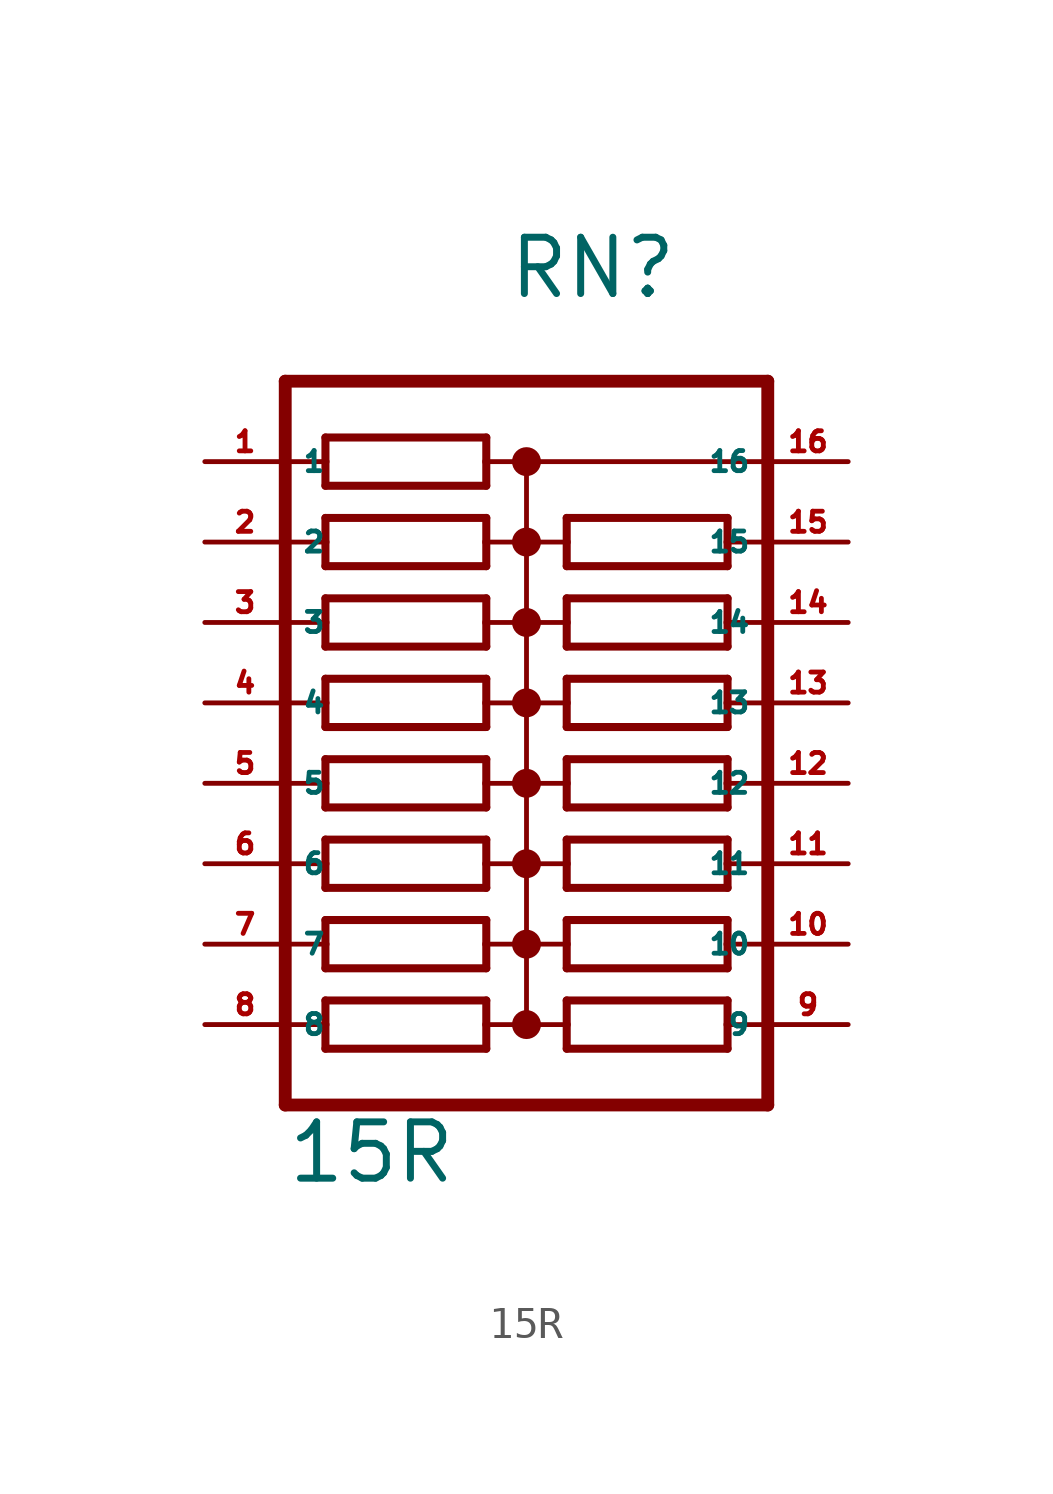
<source format=kicad_sym>
(kicad_symbol_lib
  (version 20220914)
  (generator Eagle2Kicad)
  (symbol "15R"
    (property "Reference" "RN"
      (at -0.635 15.24 0)
      (effects (font (size 1.778 1.778) (thickness 0.22)) (justify left bottom)))
    (property "Value" "15R"
      (at -7.62 -12.7 0)
      (effects (font (size 1.778 1.778) (thickness 0.22)) (justify left bottom)))
    (polyline
      (pts (xy -6.35 9.398) (xy -1.27 9.398))
      (stroke (width 0.254) (type default))
      (fill (type none)))
    (polyline
      (pts (xy -1.27 10.922) (xy -6.35 10.922))
      (stroke (width 0.254) (type default))
      (fill (type none)))
    (polyline
      (pts (xy -1.27 9.398) (xy -1.27 10.16))
      (stroke (width 0.254) (type default))
      (fill (type none)))
    (polyline
      (pts (xy -6.35 10.922) (xy -6.35 10.16))
      (stroke (width 0.254) (type default))
      (fill (type none)))
    (polyline
      (pts (xy -6.35 10.16) (xy -7.62 10.16))
      (stroke (width 0.152) (type default))
      (fill (type none)))
    (polyline
      (pts (xy -6.35 10.16) (xy -6.35 9.398))
      (stroke (width 0.254) (type default))
      (fill (type none)))
    (polyline
      (pts (xy 0 10.16) (xy -1.27 10.16))
      (stroke (width 0.152) (type default))
      (fill (type none)))
    (polyline
      (pts (xy -1.27 10.16) (xy -1.27 10.922))
      (stroke (width 0.254) (type default))
      (fill (type none)))
    (polyline
      (pts (xy 0 10.16) (xy 0 7.62))
      (stroke (width 0.152) (type default))
      (fill (type none)))
    (polyline
      (pts (xy 0 7.62) (xy -1.27 7.62))
      (stroke (width 0.152) (type default))
      (fill (type none)))
    (polyline
      (pts (xy 0 7.62) (xy 0 5.08))
      (stroke (width 0.152) (type default))
      (fill (type none)))
    (polyline
      (pts (xy 0 5.08) (xy -1.27 5.08))
      (stroke (width 0.152) (type default))
      (fill (type none)))
    (polyline
      (pts (xy 0 5.08) (xy 0 2.54))
      (stroke (width 0.152) (type default))
      (fill (type none)))
    (polyline
      (pts (xy 0 2.54) (xy -1.27 2.54))
      (stroke (width 0.152) (type default))
      (fill (type none)))
    (polyline
      (pts (xy 0 2.54) (xy 0 0))
      (stroke (width 0.152) (type default))
      (fill (type none)))
    (polyline
      (pts (xy 0 0) (xy -1.27 0))
      (stroke (width 0.152) (type default))
      (fill (type none)))
    (polyline
      (pts (xy -7.62 0) (xy -6.35 0))
      (stroke (width 0.152) (type default))
      (fill (type none)))
    (polyline
      (pts (xy -7.62 2.54) (xy -6.35 2.54))
      (stroke (width 0.152) (type default))
      (fill (type none)))
    (polyline
      (pts (xy -7.62 5.08) (xy -6.35 5.08))
      (stroke (width 0.152) (type default))
      (fill (type none)))
    (polyline
      (pts (xy -7.62 7.62) (xy -6.35 7.62))
      (stroke (width 0.152) (type default))
      (fill (type none)))
    (polyline
      (pts (xy -6.35 7.62) (xy -6.35 6.858))
      (stroke (width 0.254) (type default))
      (fill (type none)))
    (polyline
      (pts (xy -6.35 8.382) (xy -6.35 7.62))
      (stroke (width 0.254) (type default))
      (fill (type none)))
    (polyline
      (pts (xy -1.27 6.858) (xy -1.27 7.62))
      (stroke (width 0.254) (type default))
      (fill (type none)))
    (polyline
      (pts (xy -1.27 7.62) (xy -1.27 8.382))
      (stroke (width 0.254) (type default))
      (fill (type none)))
    (polyline
      (pts (xy -6.35 6.858) (xy -1.27 6.858))
      (stroke (width 0.254) (type default))
      (fill (type none)))
    (polyline
      (pts (xy -1.27 8.382) (xy -6.35 8.382))
      (stroke (width 0.254) (type default))
      (fill (type none)))
    (polyline
      (pts (xy -6.35 4.318) (xy -1.27 4.318))
      (stroke (width 0.254) (type default))
      (fill (type none)))
    (polyline
      (pts (xy -6.35 1.778) (xy -1.27 1.778))
      (stroke (width 0.254) (type default))
      (fill (type none)))
    (polyline
      (pts (xy -6.35 -0.762) (xy -1.27 -0.762))
      (stroke (width 0.254) (type default))
      (fill (type none)))
    (polyline
      (pts (xy -1.27 5.842) (xy -6.35 5.842))
      (stroke (width 0.254) (type default))
      (fill (type none)))
    (polyline
      (pts (xy -1.27 3.302) (xy -6.35 3.302))
      (stroke (width 0.254) (type default))
      (fill (type none)))
    (polyline
      (pts (xy -1.27 0.762) (xy -6.35 0.762))
      (stroke (width 0.254) (type default))
      (fill (type none)))
    (polyline
      (pts (xy -1.27 4.318) (xy -1.27 5.08))
      (stroke (width 0.254) (type default))
      (fill (type none)))
    (polyline
      (pts (xy -1.27 1.778) (xy -1.27 2.54))
      (stroke (width 0.254) (type default))
      (fill (type none)))
    (polyline
      (pts (xy -1.27 -0.762) (xy -1.27 0))
      (stroke (width 0.254) (type default))
      (fill (type none)))
    (polyline
      (pts (xy -1.27 5.08) (xy -1.27 5.842))
      (stroke (width 0.254) (type default))
      (fill (type none)))
    (polyline
      (pts (xy -1.27 2.54) (xy -1.27 3.302))
      (stroke (width 0.254) (type default))
      (fill (type none)))
    (polyline
      (pts (xy -1.27 0) (xy -1.27 0.762))
      (stroke (width 0.254) (type default))
      (fill (type none)))
    (polyline
      (pts (xy -6.35 5.08) (xy -6.35 4.318))
      (stroke (width 0.254) (type default))
      (fill (type none)))
    (polyline
      (pts (xy -6.35 2.54) (xy -6.35 1.778))
      (stroke (width 0.254) (type default))
      (fill (type none)))
    (polyline
      (pts (xy -6.35 0) (xy -6.35 -0.762))
      (stroke (width 0.254) (type default))
      (fill (type none)))
    (polyline
      (pts (xy -6.35 5.842) (xy -6.35 5.08))
      (stroke (width 0.254) (type default))
      (fill (type none)))
    (polyline
      (pts (xy -6.35 3.302) (xy -6.35 2.54))
      (stroke (width 0.254) (type default))
      (fill (type none)))
    (polyline
      (pts (xy -6.35 0.762) (xy -6.35 0))
      (stroke (width 0.254) (type default))
      (fill (type none)))
    (polyline
      (pts (xy 7.62 12.7) (xy -7.62 12.7))
      (stroke (width 0.406) (type default))
      (fill (type none)))
    (polyline
      (pts (xy -6.35 -3.302) (xy -1.27 -3.302))
      (stroke (width 0.254) (type default))
      (fill (type none)))
    (polyline
      (pts (xy -1.27 -1.778) (xy -6.35 -1.778))
      (stroke (width 0.254) (type default))
      (fill (type none)))
    (polyline
      (pts (xy -1.27 -3.302) (xy -1.27 -2.54))
      (stroke (width 0.254) (type default))
      (fill (type none)))
    (polyline
      (pts (xy -6.35 -1.778) (xy -6.35 -2.54))
      (stroke (width 0.254) (type default))
      (fill (type none)))
    (polyline
      (pts (xy -6.35 -2.54) (xy -7.62 -2.54))
      (stroke (width 0.152) (type default))
      (fill (type none)))
    (polyline
      (pts (xy -6.35 -2.54) (xy -6.35 -3.302))
      (stroke (width 0.254) (type default))
      (fill (type none)))
    (polyline
      (pts (xy 0 -2.54) (xy -1.27 -2.54))
      (stroke (width 0.152) (type default))
      (fill (type none)))
    (polyline
      (pts (xy -1.27 -2.54) (xy -1.27 -1.778))
      (stroke (width 0.254) (type default))
      (fill (type none)))
    (polyline
      (pts (xy 0 -2.54) (xy 0 -5.08))
      (stroke (width 0.152) (type default))
      (fill (type none)))
    (polyline
      (pts (xy 0 -5.08) (xy -1.27 -5.08))
      (stroke (width 0.152) (type default))
      (fill (type none)))
    (polyline
      (pts (xy 0 -5.08) (xy 0 -7.62))
      (stroke (width 0.152) (type default))
      (fill (type none)))
    (polyline
      (pts (xy 0 -7.62) (xy -1.27 -7.62))
      (stroke (width 0.152) (type default))
      (fill (type none)))
    (polyline
      (pts (xy -7.62 -7.62) (xy -6.35 -7.62))
      (stroke (width 0.152) (type default))
      (fill (type none)))
    (polyline
      (pts (xy -7.62 -5.08) (xy -6.35 -5.08))
      (stroke (width 0.152) (type default))
      (fill (type none)))
    (polyline
      (pts (xy -6.35 -5.08) (xy -6.35 -5.842))
      (stroke (width 0.254) (type default))
      (fill (type none)))
    (polyline
      (pts (xy -6.35 -4.318) (xy -6.35 -5.08))
      (stroke (width 0.254) (type default))
      (fill (type none)))
    (polyline
      (pts (xy -1.27 -5.842) (xy -1.27 -5.08))
      (stroke (width 0.254) (type default))
      (fill (type none)))
    (polyline
      (pts (xy -1.27 -5.08) (xy -1.27 -4.318))
      (stroke (width 0.254) (type default))
      (fill (type none)))
    (polyline
      (pts (xy -6.35 -5.842) (xy -1.27 -5.842))
      (stroke (width 0.254) (type default))
      (fill (type none)))
    (polyline
      (pts (xy -1.27 -4.318) (xy -6.35 -4.318))
      (stroke (width 0.254) (type default))
      (fill (type none)))
    (polyline
      (pts (xy -6.35 -8.382) (xy -1.27 -8.382))
      (stroke (width 0.254) (type default))
      (fill (type none)))
    (polyline
      (pts (xy -1.27 -6.858) (xy -6.35 -6.858))
      (stroke (width 0.254) (type default))
      (fill (type none)))
    (polyline
      (pts (xy -1.27 -8.382) (xy -1.27 -7.62))
      (stroke (width 0.254) (type default))
      (fill (type none)))
    (polyline
      (pts (xy -1.27 -7.62) (xy -1.27 -6.858))
      (stroke (width 0.254) (type default))
      (fill (type none)))
    (polyline
      (pts (xy -6.35 -7.62) (xy -6.35 -8.382))
      (stroke (width 0.254) (type default))
      (fill (type none)))
    (polyline
      (pts (xy -6.35 -6.858) (xy -6.35 -7.62))
      (stroke (width 0.254) (type default))
      (fill (type none)))
    (polyline
      (pts (xy 7.62 12.7) (xy 7.62 10.16))
      (stroke (width 0.406) (type default))
      (fill (type none)))
    (polyline
      (pts (xy 7.62 10.16) (xy 7.62 7.62))
      (stroke (width 0.406) (type default))
      (fill (type none)))
    (polyline
      (pts (xy 7.62 7.62) (xy 7.62 5.08))
      (stroke (width 0.406) (type default))
      (fill (type none)))
    (polyline
      (pts (xy 7.62 5.08) (xy 7.62 2.54))
      (stroke (width 0.406) (type default))
      (fill (type none)))
    (polyline
      (pts (xy 7.62 2.54) (xy 7.62 0))
      (stroke (width 0.406) (type default))
      (fill (type none)))
    (polyline
      (pts (xy 7.62 0) (xy 7.62 -2.54))
      (stroke (width 0.406) (type default))
      (fill (type none)))
    (polyline
      (pts (xy 7.62 -2.54) (xy 7.62 -5.08))
      (stroke (width 0.406) (type default))
      (fill (type none)))
    (polyline
      (pts (xy 7.62 -5.08) (xy 7.62 -7.62))
      (stroke (width 0.406) (type default))
      (fill (type none)))
    (polyline
      (pts (xy 7.62 -7.62) (xy 7.62 -10.16))
      (stroke (width 0.406) (type default))
      (fill (type none)))
    (polyline
      (pts (xy 7.62 -10.16) (xy -7.62 -10.16))
      (stroke (width 0.406) (type default))
      (fill (type none)))
    (polyline
      (pts (xy -7.62 12.7) (xy -7.62 -10.16))
      (stroke (width 0.406) (type default))
      (fill (type none)))
    (polyline
      (pts (xy 0 0) (xy 0 -2.54))
      (stroke (width 0.152) (type default))
      (fill (type none)))
    (polyline
      (pts (xy 0 10.16) (xy 7.62 10.16))
      (stroke (width 0.152) (type default))
      (fill (type none)))
    (polyline
      (pts (xy 6.35 -6.858) (xy 1.27 -6.858))
      (stroke (width 0.254) (type default))
      (fill (type none)))
    (polyline
      (pts (xy 1.27 -8.382) (xy 6.35 -8.382))
      (stroke (width 0.254) (type default))
      (fill (type none)))
    (polyline
      (pts (xy 1.27 -6.858) (xy 1.27 -7.62))
      (stroke (width 0.254) (type default))
      (fill (type none)))
    (polyline
      (pts (xy 6.35 -8.382) (xy 6.35 -7.62))
      (stroke (width 0.254) (type default))
      (fill (type none)))
    (polyline
      (pts (xy 6.35 -7.62) (xy 7.62 -7.62))
      (stroke (width 0.152) (type default))
      (fill (type none)))
    (polyline
      (pts (xy 6.35 -7.62) (xy 6.35 -6.858))
      (stroke (width 0.254) (type default))
      (fill (type none)))
    (polyline
      (pts (xy 0 -7.62) (xy 1.27 -7.62))
      (stroke (width 0.152) (type default))
      (fill (type none)))
    (polyline
      (pts (xy 1.27 -7.62) (xy 1.27 -8.382))
      (stroke (width 0.254) (type default))
      (fill (type none)))
    (polyline
      (pts (xy 0 -5.08) (xy 1.27 -5.08))
      (stroke (width 0.152) (type default))
      (fill (type none)))
    (polyline
      (pts (xy 0 -2.54) (xy 1.27 -2.54))
      (stroke (width 0.152) (type default))
      (fill (type none)))
    (polyline
      (pts (xy 0 0) (xy 1.27 0))
      (stroke (width 0.152) (type default))
      (fill (type none)))
    (polyline
      (pts (xy 0 2.54) (xy 1.27 2.54))
      (stroke (width 0.152) (type default))
      (fill (type none)))
    (polyline
      (pts (xy 7.62 2.54) (xy 6.35 2.54))
      (stroke (width 0.152) (type default))
      (fill (type none)))
    (polyline
      (pts (xy 7.62 0) (xy 6.35 0))
      (stroke (width 0.152) (type default))
      (fill (type none)))
    (polyline
      (pts (xy 7.62 -2.54) (xy 6.35 -2.54))
      (stroke (width 0.152) (type default))
      (fill (type none)))
    (polyline
      (pts (xy 7.62 -5.08) (xy 6.35 -5.08))
      (stroke (width 0.152) (type default))
      (fill (type none)))
    (polyline
      (pts (xy 6.35 -5.08) (xy 6.35 -4.318))
      (stroke (width 0.254) (type default))
      (fill (type none)))
    (polyline
      (pts (xy 6.35 -5.842) (xy 6.35 -5.08))
      (stroke (width 0.254) (type default))
      (fill (type none)))
    (polyline
      (pts (xy 1.27 -4.318) (xy 1.27 -5.08))
      (stroke (width 0.254) (type default))
      (fill (type none)))
    (polyline
      (pts (xy 1.27 -5.08) (xy 1.27 -5.842))
      (stroke (width 0.254) (type default))
      (fill (type none)))
    (polyline
      (pts (xy 6.35 -4.318) (xy 1.27 -4.318))
      (stroke (width 0.254) (type default))
      (fill (type none)))
    (polyline
      (pts (xy 1.27 -5.842) (xy 6.35 -5.842))
      (stroke (width 0.254) (type default))
      (fill (type none)))
    (polyline
      (pts (xy 6.35 -1.778) (xy 1.27 -1.778))
      (stroke (width 0.254) (type default))
      (fill (type none)))
    (polyline
      (pts (xy 6.35 0.762) (xy 1.27 0.762))
      (stroke (width 0.254) (type default))
      (fill (type none)))
    (polyline
      (pts (xy 6.35 3.302) (xy 1.27 3.302))
      (stroke (width 0.254) (type default))
      (fill (type none)))
    (polyline
      (pts (xy 1.27 -3.302) (xy 6.35 -3.302))
      (stroke (width 0.254) (type default))
      (fill (type none)))
    (polyline
      (pts (xy 1.27 -0.762) (xy 6.35 -0.762))
      (stroke (width 0.254) (type default))
      (fill (type none)))
    (polyline
      (pts (xy 1.27 1.778) (xy 6.35 1.778))
      (stroke (width 0.254) (type default))
      (fill (type none)))
    (polyline
      (pts (xy 1.27 -1.778) (xy 1.27 -2.54))
      (stroke (width 0.254) (type default))
      (fill (type none)))
    (polyline
      (pts (xy 1.27 0.762) (xy 1.27 0))
      (stroke (width 0.254) (type default))
      (fill (type none)))
    (polyline
      (pts (xy 1.27 3.302) (xy 1.27 2.54))
      (stroke (width 0.254) (type default))
      (fill (type none)))
    (polyline
      (pts (xy 1.27 -2.54) (xy 1.27 -3.302))
      (stroke (width 0.254) (type default))
      (fill (type none)))
    (polyline
      (pts (xy 1.27 0) (xy 1.27 -0.762))
      (stroke (width 0.254) (type default))
      (fill (type none)))
    (polyline
      (pts (xy 1.27 2.54) (xy 1.27 1.778))
      (stroke (width 0.254) (type default))
      (fill (type none)))
    (polyline
      (pts (xy 6.35 -2.54) (xy 6.35 -1.778))
      (stroke (width 0.254) (type default))
      (fill (type none)))
    (polyline
      (pts (xy 6.35 0) (xy 6.35 0.762))
      (stroke (width 0.254) (type default))
      (fill (type none)))
    (polyline
      (pts (xy 6.35 2.54) (xy 6.35 3.302))
      (stroke (width 0.254) (type default))
      (fill (type none)))
    (polyline
      (pts (xy 6.35 -3.302) (xy 6.35 -2.54))
      (stroke (width 0.254) (type default))
      (fill (type none)))
    (polyline
      (pts (xy 6.35 -0.762) (xy 6.35 0))
      (stroke (width 0.254) (type default))
      (fill (type none)))
    (polyline
      (pts (xy 6.35 1.778) (xy 6.35 2.54))
      (stroke (width 0.254) (type default))
      (fill (type none)))
    (polyline
      (pts (xy 6.35 5.842) (xy 1.27 5.842))
      (stroke (width 0.254) (type default))
      (fill (type none)))
    (polyline
      (pts (xy 1.27 4.318) (xy 6.35 4.318))
      (stroke (width 0.254) (type default))
      (fill (type none)))
    (polyline
      (pts (xy 1.27 5.842) (xy 1.27 5.08))
      (stroke (width 0.254) (type default))
      (fill (type none)))
    (polyline
      (pts (xy 6.35 4.318) (xy 6.35 5.08))
      (stroke (width 0.254) (type default))
      (fill (type none)))
    (polyline
      (pts (xy 6.35 5.08) (xy 7.62 5.08))
      (stroke (width 0.152) (type default))
      (fill (type none)))
    (polyline
      (pts (xy 6.35 5.08) (xy 6.35 5.842))
      (stroke (width 0.254) (type default))
      (fill (type none)))
    (polyline
      (pts (xy 0 5.08) (xy 1.27 5.08))
      (stroke (width 0.152) (type default))
      (fill (type none)))
    (polyline
      (pts (xy 1.27 5.08) (xy 1.27 4.318))
      (stroke (width 0.254) (type default))
      (fill (type none)))
    (polyline
      (pts (xy 0 7.62) (xy 1.27 7.62))
      (stroke (width 0.152) (type default))
      (fill (type none)))
    (polyline
      (pts (xy 7.62 7.62) (xy 6.35 7.62))
      (stroke (width 0.152) (type default))
      (fill (type none)))
    (polyline
      (pts (xy 6.35 7.62) (xy 6.35 8.382))
      (stroke (width 0.254) (type default))
      (fill (type none)))
    (polyline
      (pts (xy 6.35 6.858) (xy 6.35 7.62))
      (stroke (width 0.254) (type default))
      (fill (type none)))
    (polyline
      (pts (xy 1.27 8.382) (xy 1.27 7.62))
      (stroke (width 0.254) (type default))
      (fill (type none)))
    (polyline
      (pts (xy 1.27 7.62) (xy 1.27 6.858))
      (stroke (width 0.254) (type default))
      (fill (type none)))
    (polyline
      (pts (xy 6.35 8.382) (xy 1.27 8.382))
      (stroke (width 0.254) (type default))
      (fill (type none)))
    (polyline
      (pts (xy 1.27 6.858) (xy 6.35 6.858))
      (stroke (width 0.254) (type default))
      (fill (type none)))
    (circle
      (center 0 10.16)
      (radius 0.254)
      (stroke (width 0.406) (type default))
      (fill (type none)))
    (circle
      (center 0 7.62)
      (radius 0.254)
      (stroke (width 0.406) (type default))
      (fill (type none)))
    (circle
      (center 0 5.08)
      (radius 0.254)
      (stroke (width 0.406) (type default))
      (fill (type none)))
    (circle
      (center 0 2.54)
      (radius 0.254)
      (stroke (width 0.406) (type default))
      (fill (type none)))
    (circle
      (center 0 0)
      (radius 0.254)
      (stroke (width 0.406) (type default))
      (fill (type none)))
    (circle
      (center 0 -2.54)
      (radius 0.254)
      (stroke (width 0.406) (type default))
      (fill (type none)))
    (circle
      (center 0 -5.08)
      (radius 0.254)
      (stroke (width 0.406) (type default))
      (fill (type none)))
    (circle
      (center 0 -7.62)
      (radius 0.254)
      (stroke (width 0.406) (type default))
      (fill (type none)))
    (pin passive line
      (at 10.16 10.16 180)
      (length 2.54)
      (name "16" (effects (font (size 0.635 0.635) (thickness 0.08)) (justify left bottom)))
      (number "16" (effects (font (size 0.635 0.635) (thickness 0.08)) (justify left bottom))))
    (pin passive line
      (at -10.16 7.62 0)
      (length 2.54)
      (name "2" (effects (font (size 0.635 0.635) (thickness 0.08)) (justify left bottom)))
      (number "2" (effects (font (size 0.635 0.635) (thickness 0.08)) (justify left bottom))))
    (pin passive line
      (at -10.16 5.08 0)
      (length 2.54)
      (name "3" (effects (font (size 0.635 0.635) (thickness 0.08)) (justify left bottom)))
      (number "3" (effects (font (size 0.635 0.635) (thickness 0.08)) (justify left bottom))))
    (pin passive line
      (at -10.16 2.54 0)
      (length 2.54)
      (name "4" (effects (font (size 0.635 0.635) (thickness 0.08)) (justify left bottom)))
      (number "4" (effects (font (size 0.635 0.635) (thickness 0.08)) (justify left bottom))))
    (pin passive line
      (at -10.16 0 0)
      (length 2.54)
      (name "5" (effects (font (size 0.635 0.635) (thickness 0.08)) (justify left bottom)))
      (number "5" (effects (font (size 0.635 0.635) (thickness 0.08)) (justify left bottom))))
    (pin passive line
      (at -10.16 -2.54 0)
      (length 2.54)
      (name "6" (effects (font (size 0.635 0.635) (thickness 0.08)) (justify left bottom)))
      (number "6" (effects (font (size 0.635 0.635) (thickness 0.08)) (justify left bottom))))
    (pin passive line
      (at -10.16 -5.08 0)
      (length 2.54)
      (name "7" (effects (font (size 0.635 0.635) (thickness 0.08)) (justify left bottom)))
      (number "7" (effects (font (size 0.635 0.635) (thickness 0.08)) (justify left bottom))))
    (pin passive line
      (at -10.16 -7.62 0)
      (length 2.54)
      (name "8" (effects (font (size 0.635 0.635) (thickness 0.08)) (justify left bottom)))
      (number "8" (effects (font (size 0.635 0.635) (thickness 0.08)) (justify left bottom))))
    (pin passive line
      (at -10.16 10.16 0)
      (length 2.54)
      (name "1" (effects (font (size 0.635 0.635) (thickness 0.08)) (justify left bottom)))
      (number "1" (effects (font (size 0.635 0.635) (thickness 0.08)) (justify left bottom))))
    (pin passive line
      (at 10.16 -7.62 180)
      (length 2.54)
      (name "9" (effects (font (size 0.635 0.635) (thickness 0.08)) (justify left bottom)))
      (number "9" (effects (font (size 0.635 0.635) (thickness 0.08)) (justify left bottom))))
    (pin passive line
      (at 10.16 -5.08 180)
      (length 2.54)
      (name "10" (effects (font (size 0.635 0.635) (thickness 0.08)) (justify left bottom)))
      (number "10" (effects (font (size 0.635 0.635) (thickness 0.08)) (justify left bottom))))
    (pin passive line
      (at 10.16 -2.54 180)
      (length 2.54)
      (name "11" (effects (font (size 0.635 0.635) (thickness 0.08)) (justify left bottom)))
      (number "11" (effects (font (size 0.635 0.635) (thickness 0.08)) (justify left bottom))))
    (pin passive line
      (at 10.16 0 180)
      (length 2.54)
      (name "12" (effects (font (size 0.635 0.635) (thickness 0.08)) (justify left bottom)))
      (number "12" (effects (font (size 0.635 0.635) (thickness 0.08)) (justify left bottom))))
    (pin passive line
      (at 10.16 2.54 180)
      (length 2.54)
      (name "13" (effects (font (size 0.635 0.635) (thickness 0.08)) (justify left bottom)))
      (number "13" (effects (font (size 0.635 0.635) (thickness 0.08)) (justify left bottom))))
    (pin passive line
      (at 10.16 5.08 180)
      (length 2.54)
      (name "14" (effects (font (size 0.635 0.635) (thickness 0.08)) (justify left bottom)))
      (number "14" (effects (font (size 0.635 0.635) (thickness 0.08)) (justify left bottom))))
    (pin passive line
      (at 10.16 7.62 180)
      (length 2.54)
      (name "15" (effects (font (size 0.635 0.635) (thickness 0.08)) (justify left bottom)))
      (number "15" (effects (font (size 0.635 0.635) (thickness 0.08)) (justify left bottom))))))
</source>
